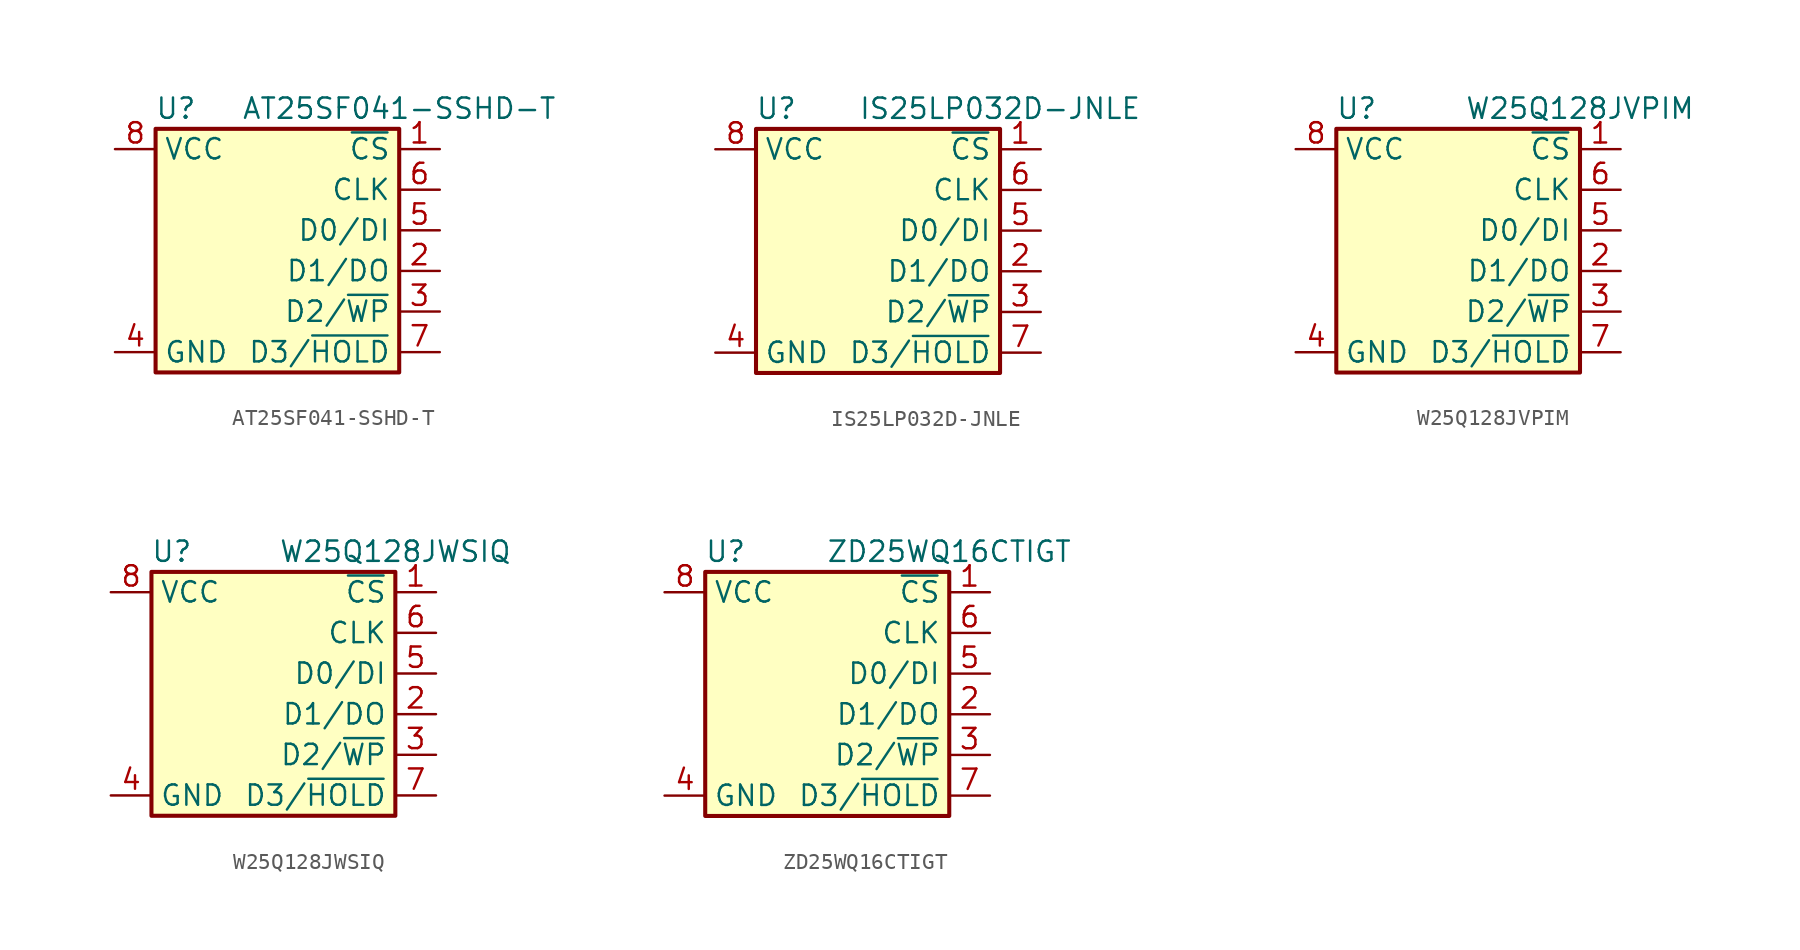
<source format=kicad_sym>
(kicad_symbol_lib
  (version 20231120)
  (generator "kicad_symbol_editor")
  (generator_version "8.0")
  (symbol "AT25SF041-SSHD-T"
    (property "Reference" "U"
      (at -6.35 10.16 0)
      (effects (font (size 1.27 1.27))))
    (property "Value" "AT25SF041-SSHD-T"
      (at 7.62 10.16 0)
      (effects (font (size 1.27 1.27))))
    (symbol "AT25SF041-SSHD-T_0_1"
      (rectangle (start -7.62 8.89) (end 7.62 -6.35) (stroke (width 0.254) (type default)) (fill (type background))))
    (symbol "AT25SF041-SSHD-T_1_1"
      (pin input line (at 10.16 7.62 180) (length 2.54) (name "~{CS}" (effects (font (size 1.27 1.27)))) (number "1" (effects (font (size 1.27 1.27)))))
      (pin bidirectional line (at 10.16 0 180) (length 2.54) (name "D1/DO" (effects (font (size 1.27 1.27)))) (number "2" (effects (font (size 1.27 1.27)))))
      (pin bidirectional line (at 10.16 -2.54 180) (length 2.54) (name "D2/~{WP}" (effects (font (size 1.27 1.27)))) (number "3" (effects (font (size 1.27 1.27)))))
      (pin power_in line (at -10.16 -5.08 0) (length 2.54) (name "GND" (effects (font (size 1.27 1.27)))) (number "4" (effects (font (size 1.27 1.27)))))
      (pin bidirectional line (at 10.16 2.54 180) (length 2.54) (name "D0/DI" (effects (font (size 1.27 1.27)))) (number "5" (effects (font (size 1.27 1.27)))))
      (pin input line (at 10.16 5.08 180) (length 2.54) (name "CLK" (effects (font (size 1.27 1.27)))) (number "6" (effects (font (size 1.27 1.27)))))
      (pin bidirectional line (at 10.16 -5.08 180) (length 2.54) (name "D3/~{HOLD}" (effects (font (size 1.27 1.27)))) (number "7" (effects (font (size 1.27 1.27)))))
      (pin power_in line (at -10.16 7.62 0) (length 2.54) (name "VCC" (effects (font (size 1.27 1.27)))) (number "8" (effects (font (size 1.27 1.27)))))))
  (symbol "IS25LP032D-JNLE"
    (property "Reference" "U"
      (at -6.35 10.16 0)
      (effects (font (size 1.27 1.27))))
    (property "Value" "IS25LP032D-JNLE"
      (at 7.62 10.16 0)
      (effects (font (size 1.27 1.27))))
    (symbol "IS25LP032D-JNLE_0_1"
      (rectangle (start -7.62 8.89) (end 7.62 -6.35) (stroke (width 0.254) (type default)) (fill (type background))))
    (symbol "IS25LP032D-JNLE_1_1"
      (pin input line (at 10.16 7.62 180) (length 2.54) (name "~{CS}" (effects (font (size 1.27 1.27)))) (number "1" (effects (font (size 1.27 1.27)))))
      (pin bidirectional line (at 10.16 0 180) (length 2.54) (name "D1/DO" (effects (font (size 1.27 1.27)))) (number "2" (effects (font (size 1.27 1.27)))))
      (pin bidirectional line (at 10.16 -2.54 180) (length 2.54) (name "D2/~{WP}" (effects (font (size 1.27 1.27)))) (number "3" (effects (font (size 1.27 1.27)))))
      (pin power_in line (at -10.16 -5.08 0) (length 2.54) (name "GND" (effects (font (size 1.27 1.27)))) (number "4" (effects (font (size 1.27 1.27)))))
      (pin bidirectional line (at 10.16 2.54 180) (length 2.54) (name "D0/DI" (effects (font (size 1.27 1.27)))) (number "5" (effects (font (size 1.27 1.27)))))
      (pin input line (at 10.16 5.08 180) (length 2.54) (name "CLK" (effects (font (size 1.27 1.27)))) (number "6" (effects (font (size 1.27 1.27)))))
      (pin bidirectional line (at 10.16 -5.08 180) (length 2.54) (name "D3/~{HOLD}" (effects (font (size 1.27 1.27)))) (number "7" (effects (font (size 1.27 1.27)))))
      (pin power_in line (at -10.16 7.62 0) (length 2.54) (name "VCC" (effects (font (size 1.27 1.27)))) (number "8" (effects (font (size 1.27 1.27)))))))
  (symbol "W25Q128JVPIM"
    (property "Reference" "U"
      (at -6.35 10.16 0)
      (effects (font (size 1.27 1.27))))
    (property "Value" "W25Q128JVPIM"
      (at 7.62 10.16 0)
      (effects (font (size 1.27 1.27))))
    (symbol "W25Q128JVPIM_0_1"
      (rectangle (start -7.62 8.89) (end 7.62 -6.35) (stroke (width 0.254) (type default)) (fill (type background))))
    (symbol "W25Q128JVPIM_1_1"
      (pin input line (at 10.16 7.62 180) (length 2.54) (name "~{CS}" (effects (font (size 1.27 1.27)))) (number "1" (effects (font (size 1.27 1.27)))))
      (pin bidirectional line (at 10.16 0 180) (length 2.54) (name "D1/DO" (effects (font (size 1.27 1.27)))) (number "2" (effects (font (size 1.27 1.27)))))
      (pin bidirectional line (at 10.16 -2.54 180) (length 2.54) (name "D2/~{WP}" (effects (font (size 1.27 1.27)))) (number "3" (effects (font (size 1.27 1.27)))))
      (pin power_in line (at -10.16 -5.08 0) (length 2.54) (name "GND" (effects (font (size 1.27 1.27)))) (number "4" (effects (font (size 1.27 1.27)))))
      (pin bidirectional line (at 10.16 2.54 180) (length 2.54) (name "D0/DI" (effects (font (size 1.27 1.27)))) (number "5" (effects (font (size 1.27 1.27)))))
      (pin input line (at 10.16 5.08 180) (length 2.54) (name "CLK" (effects (font (size 1.27 1.27)))) (number "6" (effects (font (size 1.27 1.27)))))
      (pin bidirectional line (at 10.16 -5.08 180) (length 2.54) (name "D3/~{HOLD}" (effects (font (size 1.27 1.27)))) (number "7" (effects (font (size 1.27 1.27)))))
      (pin power_in line (at -10.16 7.62 0) (length 2.54) (name "VCC" (effects (font (size 1.27 1.27)))) (number "8" (effects (font (size 1.27 1.27)))))
      (pin power_in line (at -10.16 -5.08 0) (length 2.54) hide (name "GND" (effects (font (size 1.27 1.27)))) (number "EPAD" (effects (font (size 1.27 1.27)))))))
  (symbol "W25Q128JWSIQ"
    (property "Reference" "U"
      (at -6.35 10.16 0)
      (effects (font (size 1.27 1.27))))
    (property "Value" "W25Q128JWSIQ"
      (at 7.62 10.16 0)
      (effects (font (size 1.27 1.27))))
    (symbol "W25Q128JWSIQ_0_1"
      (rectangle (start -7.62 8.89) (end 7.62 -6.35) (stroke (width 0.254) (type default)) (fill (type background))))
    (symbol "W25Q128JWSIQ_1_1"
      (pin input line (at 10.16 7.62 180) (length 2.54) (name "~{CS}" (effects (font (size 1.27 1.27)))) (number "1" (effects (font (size 1.27 1.27)))))
      (pin bidirectional line (at 10.16 0 180) (length 2.54) (name "D1/DO" (effects (font (size 1.27 1.27)))) (number "2" (effects (font (size 1.27 1.27)))))
      (pin bidirectional line (at 10.16 -2.54 180) (length 2.54) (name "D2/~{WP}" (effects (font (size 1.27 1.27)))) (number "3" (effects (font (size 1.27 1.27)))))
      (pin power_in line (at -10.16 -5.08 0) (length 2.54) (name "GND" (effects (font (size 1.27 1.27)))) (number "4" (effects (font (size 1.27 1.27)))))
      (pin bidirectional line (at 10.16 2.54 180) (length 2.54) (name "D0/DI" (effects (font (size 1.27 1.27)))) (number "5" (effects (font (size 1.27 1.27)))))
      (pin input line (at 10.16 5.08 180) (length 2.54) (name "CLK" (effects (font (size 1.27 1.27)))) (number "6" (effects (font (size 1.27 1.27)))))
      (pin bidirectional line (at 10.16 -5.08 180) (length 2.54) (name "D3/~{HOLD}" (effects (font (size 1.27 1.27)))) (number "7" (effects (font (size 1.27 1.27)))))
      (pin power_in line (at -10.16 7.62 0) (length 2.54) (name "VCC" (effects (font (size 1.27 1.27)))) (number "8" (effects (font (size 1.27 1.27)))))))
  (symbol "ZD25WQ16CTIGT"
    (property "Reference" "U"
      (at -6.35 10.16 0)
      (effects (font (size 1.27 1.27))))
    (property "Value" "ZD25WQ16CTIGT"
      (at 7.62 10.16 0)
      (effects (font (size 1.27 1.27))))
    (symbol "ZD25WQ16CTIGT_0_1"
      (rectangle (start -7.62 8.89) (end 7.62 -6.35) (stroke (width 0.254) (type default)) (fill (type background))))
    (symbol "ZD25WQ16CTIGT_1_1"
      (pin input line (at 10.16 7.62 180) (length 2.54) (name "~{CS}" (effects (font (size 1.27 1.27)))) (number "1" (effects (font (size 1.27 1.27)))))
      (pin bidirectional line (at 10.16 0 180) (length 2.54) (name "D1/DO" (effects (font (size 1.27 1.27)))) (number "2" (effects (font (size 1.27 1.27)))))
      (pin bidirectional line (at 10.16 -2.54 180) (length 2.54) (name "D2/~{WP}" (effects (font (size 1.27 1.27)))) (number "3" (effects (font (size 1.27 1.27)))))
      (pin power_in line (at -10.16 -5.08 0) (length 2.54) (name "GND" (effects (font (size 1.27 1.27)))) (number "4" (effects (font (size 1.27 1.27)))))
      (pin bidirectional line (at 10.16 2.54 180) (length 2.54) (name "D0/DI" (effects (font (size 1.27 1.27)))) (number "5" (effects (font (size 1.27 1.27)))))
      (pin input line (at 10.16 5.08 180) (length 2.54) (name "CLK" (effects (font (size 1.27 1.27)))) (number "6" (effects (font (size 1.27 1.27)))))
      (pin bidirectional line (at 10.16 -5.08 180) (length 2.54) (name "D3/~{HOLD}" (effects (font (size 1.27 1.27)))) (number "7" (effects (font (size 1.27 1.27)))))
      (pin power_in line (at -10.16 7.62 0) (length 2.54) (name "VCC" (effects (font (size 1.27 1.27)))) (number "8" (effects (font (size 1.27 1.27))))))))
</source>
